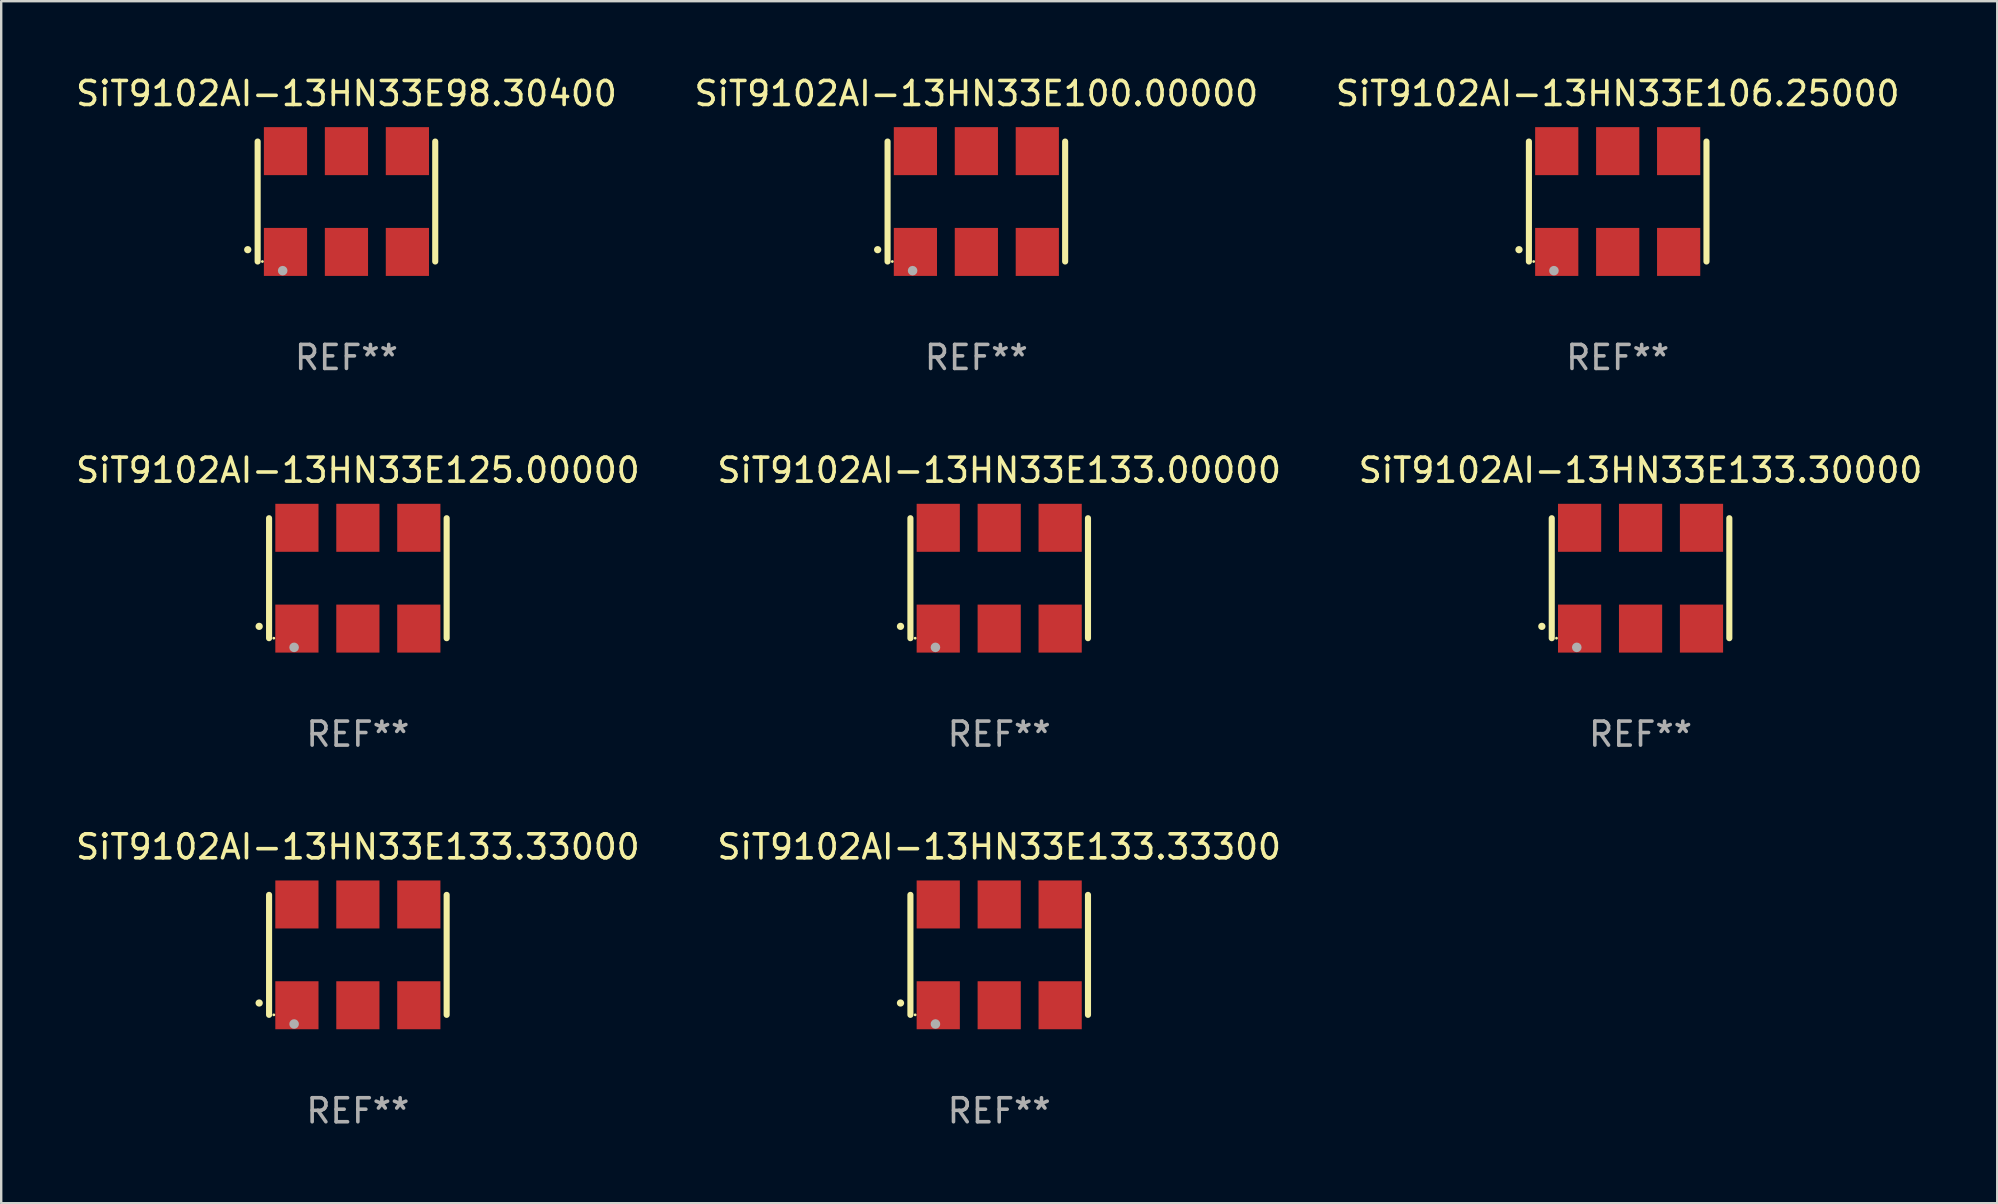
<source format=kicad_pcb>
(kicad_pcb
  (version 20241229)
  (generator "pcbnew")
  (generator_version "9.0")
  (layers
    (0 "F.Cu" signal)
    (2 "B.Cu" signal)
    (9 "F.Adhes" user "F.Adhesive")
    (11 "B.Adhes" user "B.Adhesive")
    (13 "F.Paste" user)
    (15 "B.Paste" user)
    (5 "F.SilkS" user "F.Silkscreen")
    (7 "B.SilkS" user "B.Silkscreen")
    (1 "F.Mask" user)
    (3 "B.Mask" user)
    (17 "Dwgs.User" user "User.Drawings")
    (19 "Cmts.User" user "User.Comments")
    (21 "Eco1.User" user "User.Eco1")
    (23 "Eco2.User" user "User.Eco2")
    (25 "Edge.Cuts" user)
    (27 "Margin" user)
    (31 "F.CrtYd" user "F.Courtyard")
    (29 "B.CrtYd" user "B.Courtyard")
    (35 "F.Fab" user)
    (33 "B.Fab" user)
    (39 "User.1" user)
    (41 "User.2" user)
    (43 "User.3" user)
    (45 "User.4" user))
  (footprint "SiT9102AI-13HN33E133.33300"
    (layer "F.Cu")
    (at 38.589 36.741)
    (property "Reference" "SiT9102AI-13HN33E133.33300" (at 0 -4.5 0) (layer "F.SilkS") (effects (font (size 1 1) (thickness 0.15))))
    (attr through_hole)
    (fp_line (start -3.7 -2.5) (end -3.7 2.5) (stroke (width 0.254) (type solid)) (layer "F.SilkS"))
    (fp_line (start 3.7 -2.5) (end 3.7 2.5) (stroke (width 0.254) (type solid)) (layer "F.SilkS"))
    (fp_arc (start -4.114415 2.006604) (mid -4.113145 2.006599) (end -4.111875 2.006604) (stroke (width 0.3) (type solid)) (layer "F.SilkS"))
    (fp_circle (center -3.502 2.5) (end -3.472 2.5) (stroke (width 0.06) (type solid)) (fill no) (layer "F.SilkS"))
    (fp_circle (center -2.657 2.882) (end -2.557 2.882) (stroke (width 0.2) (type solid)) (fill no) (layer "F.Fab"))
    (fp_text user "REF**" (at 0 6.5 0) (layer "F.Fab") (effects (font (size 1 1) (thickness 0.15))))
    (pad "1" smd rect (at -2.54 2.1) (size 1.8 2) (layers "F.Cu" "F.Mask" "F.Paste"))
    (pad "2" smd rect (at 0.000394 2.1) (size 1.8 2) (layers "F.Cu" "F.Mask" "F.Paste"))
    (pad "3" smd rect (at 2.54 2.1) (size 1.8 2) (layers "F.Cu" "F.Mask" "F.Paste"))
    (pad "4" smd rect (at 2.54 -2.1) (size 1.8 2) (layers "F.Cu" "F.Mask" "F.Paste"))
    (pad "5" smd rect (at 0.000394 -2.1) (size 1.8 2) (layers "F.Cu" "F.Mask" "F.Paste"))
    (pad "6" smd rect (at -2.54 -2.1) (size 1.8 2) (layers "F.Cu" "F.Mask" "F.Paste")))
  (footprint "SiT9102AI-13HN33E133.00000"
    (layer "F.Cu")
    (at 38.589 21.045)
    (property "Reference" "SiT9102AI-13HN33E133.00000" (at 0 -4.5 0) (layer "F.SilkS") (effects (font (size 1 1) (thickness 0.15))))
    (attr through_hole)
    (fp_line (start -3.7 -2.5) (end -3.7 2.5) (stroke (width 0.254) (type solid)) (layer "F.SilkS"))
    (fp_line (start 3.7 -2.5) (end 3.7 2.5) (stroke (width 0.254) (type solid)) (layer "F.SilkS"))
    (fp_arc (start -4.114415 2.006604) (mid -4.113145 2.006599) (end -4.111875 2.006604) (stroke (width 0.3) (type solid)) (layer "F.SilkS"))
    (fp_circle (center -3.502 2.5) (end -3.472 2.5) (stroke (width 0.06) (type solid)) (fill no) (layer "F.SilkS"))
    (fp_circle (center -2.657 2.882) (end -2.557 2.882) (stroke (width 0.2) (type solid)) (fill no) (layer "F.Fab"))
    (fp_text user "REF**" (at 0 6.5 0) (layer "F.Fab") (effects (font (size 1 1) (thickness 0.15))))
    (pad "1" smd rect (at -2.54 2.1) (size 1.8 2) (layers "F.Cu" "F.Mask" "F.Paste"))
    (pad "2" smd rect (at 0.000394 2.1) (size 1.8 2) (layers "F.Cu" "F.Mask" "F.Paste"))
    (pad "3" smd rect (at 2.54 2.1) (size 1.8 2) (layers "F.Cu" "F.Mask" "F.Paste"))
    (pad "4" smd rect (at 2.54 -2.1) (size 1.8 2) (layers "F.Cu" "F.Mask" "F.Paste"))
    (pad "5" smd rect (at 0.000394 -2.1) (size 1.8 2) (layers "F.Cu" "F.Mask" "F.Paste"))
    (pad "6" smd rect (at -2.54 -2.1) (size 1.8 2) (layers "F.Cu" "F.Mask" "F.Paste")))
  (footprint "SiT9102AI-13HN33E106.25000"
    (layer "F.Cu")
    (at 64.363 5.348)
    (property "Reference" "SiT9102AI-13HN33E106.25000" (at 0 -4.5 0) (layer "F.SilkS") (effects (font (size 1 1) (thickness 0.15))))
    (attr through_hole)
    (fp_line (start -3.7 -2.5) (end -3.7 2.5) (stroke (width 0.254) (type solid)) (layer "F.SilkS"))
    (fp_line (start 3.7 -2.5) (end 3.7 2.5) (stroke (width 0.254) (type solid)) (layer "F.SilkS"))
    (fp_arc (start -4.114415 2.006604) (mid -4.113145 2.006599) (end -4.111875 2.006604) (stroke (width 0.3) (type solid)) (layer "F.SilkS"))
    (fp_circle (center -3.502 2.5) (end -3.472 2.5) (stroke (width 0.06) (type solid)) (fill no) (layer "F.SilkS"))
    (fp_circle (center -2.657 2.882) (end -2.557 2.882) (stroke (width 0.2) (type solid)) (fill no) (layer "F.Fab"))
    (fp_text user "REF**" (at 0 6.5 0) (layer "F.Fab") (effects (font (size 1 1) (thickness 0.15))))
    (pad "1" smd rect (at -2.54 2.1) (size 1.8 2) (layers "F.Cu" "F.Mask" "F.Paste"))
    (pad "2" smd rect (at 0.000394 2.1) (size 1.8 2) (layers "F.Cu" "F.Mask" "F.Paste"))
    (pad "3" smd rect (at 2.54 2.1) (size 1.8 2) (layers "F.Cu" "F.Mask" "F.Paste"))
    (pad "4" smd rect (at 2.54 -2.1) (size 1.8 2) (layers "F.Cu" "F.Mask" "F.Paste"))
    (pad "5" smd rect (at 0.000394 -2.1) (size 1.8 2) (layers "F.Cu" "F.Mask" "F.Paste"))
    (pad "6" smd rect (at -2.54 -2.1) (size 1.8 2) (layers "F.Cu" "F.Mask" "F.Paste")))
  (footprint "SiT9102AI-13HN33E98.30400"
    (layer "F.Cu")
    (at 11.387 5.348)
    (property "Reference" "SiT9102AI-13HN33E98.30400" (at 0 -4.5 0) (layer "F.SilkS") (effects (font (size 1 1) (thickness 0.15))))
    (attr through_hole)
    (fp_line (start -3.7 -2.5) (end -3.7 2.5) (stroke (width 0.254) (type solid)) (layer "F.SilkS"))
    (fp_line (start 3.7 -2.5) (end 3.7 2.5) (stroke (width 0.254) (type solid)) (layer "F.SilkS"))
    (fp_arc (start -4.114415 2.006604) (mid -4.113145 2.006599) (end -4.111875 2.006604) (stroke (width 0.3) (type solid)) (layer "F.SilkS"))
    (fp_circle (center -3.502 2.5) (end -3.472 2.5) (stroke (width 0.06) (type solid)) (fill no) (layer "F.SilkS"))
    (fp_circle (center -2.657 2.882) (end -2.557 2.882) (stroke (width 0.2) (type solid)) (fill no) (layer "F.Fab"))
    (fp_text user "REF**" (at 0 6.5 0) (layer "F.Fab") (effects (font (size 1 1) (thickness 0.15))))
    (pad "1" smd rect (at -2.54 2.1) (size 1.8 2) (layers "F.Cu" "F.Mask" "F.Paste"))
    (pad "2" smd rect (at 0.000394 2.1) (size 1.8 2) (layers "F.Cu" "F.Mask" "F.Paste"))
    (pad "3" smd rect (at 2.54 2.1) (size 1.8 2) (layers "F.Cu" "F.Mask" "F.Paste"))
    (pad "4" smd rect (at 2.54 -2.1) (size 1.8 2) (layers "F.Cu" "F.Mask" "F.Paste"))
    (pad "5" smd rect (at 0.000394 -2.1) (size 1.8 2) (layers "F.Cu" "F.Mask" "F.Paste"))
    (pad "6" smd rect (at -2.54 -2.1) (size 1.8 2) (layers "F.Cu" "F.Mask" "F.Paste")))
  (footprint "SiT9102AI-13HN33E125.00000"
    (layer "F.Cu")
    (at 11.863 21.045)
    (property "Reference" "SiT9102AI-13HN33E125.00000" (at 0 -4.5 0) (layer "F.SilkS") (effects (font (size 1 1) (thickness 0.15))))
    (attr through_hole)
    (fp_line (start -3.7 -2.5) (end -3.7 2.5) (stroke (width 0.254) (type solid)) (layer "F.SilkS"))
    (fp_line (start 3.7 -2.5) (end 3.7 2.5) (stroke (width 0.254) (type solid)) (layer "F.SilkS"))
    (fp_arc (start -4.114415 2.006604) (mid -4.113145 2.006599) (end -4.111875 2.006604) (stroke (width 0.3) (type solid)) (layer "F.SilkS"))
    (fp_circle (center -3.502 2.5) (end -3.472 2.5) (stroke (width 0.06) (type solid)) (fill no) (layer "F.SilkS"))
    (fp_circle (center -2.657 2.882) (end -2.557 2.882) (stroke (width 0.2) (type solid)) (fill no) (layer "F.Fab"))
    (fp_text user "REF**" (at 0 6.5 0) (layer "F.Fab") (effects (font (size 1 1) (thickness 0.15))))
    (pad "1" smd rect (at -2.54 2.1) (size 1.8 2) (layers "F.Cu" "F.Mask" "F.Paste"))
    (pad "2" smd rect (at 0.000394 2.1) (size 1.8 2) (layers "F.Cu" "F.Mask" "F.Paste"))
    (pad "3" smd rect (at 2.54 2.1) (size 1.8 2) (layers "F.Cu" "F.Mask" "F.Paste"))
    (pad "4" smd rect (at 2.54 -2.1) (size 1.8 2) (layers "F.Cu" "F.Mask" "F.Paste"))
    (pad "5" smd rect (at 0.000394 -2.1) (size 1.8 2) (layers "F.Cu" "F.Mask" "F.Paste"))
    (pad "6" smd rect (at -2.54 -2.1) (size 1.8 2) (layers "F.Cu" "F.Mask" "F.Paste")))
  (footprint "SiT9102AI-13HN33E133.30000"
    (layer "F.Cu")
    (at 65.315 21.045)
    (property "Reference" "SiT9102AI-13HN33E133.30000" (at 0 -4.5 0) (layer "F.SilkS") (effects (font (size 1 1) (thickness 0.15))))
    (attr through_hole)
    (fp_line (start -3.7 -2.5) (end -3.7 2.5) (stroke (width 0.254) (type solid)) (layer "F.SilkS"))
    (fp_line (start 3.7 -2.5) (end 3.7 2.5) (stroke (width 0.254) (type solid)) (layer "F.SilkS"))
    (fp_arc (start -4.114415 2.006604) (mid -4.113145 2.006599) (end -4.111875 2.006604) (stroke (width 0.3) (type solid)) (layer "F.SilkS"))
    (fp_circle (center -3.502 2.5) (end -3.472 2.5) (stroke (width 0.06) (type solid)) (fill no) (layer "F.SilkS"))
    (fp_circle (center -2.657 2.882) (end -2.557 2.882) (stroke (width 0.2) (type solid)) (fill no) (layer "F.Fab"))
    (fp_text user "REF**" (at 0 6.5 0) (layer "F.Fab") (effects (font (size 1 1) (thickness 0.15))))
    (pad "1" smd rect (at -2.54 2.1) (size 1.8 2) (layers "F.Cu" "F.Mask" "F.Paste"))
    (pad "2" smd rect (at 0.000394 2.1) (size 1.8 2) (layers "F.Cu" "F.Mask" "F.Paste"))
    (pad "3" smd rect (at 2.54 2.1) (size 1.8 2) (layers "F.Cu" "F.Mask" "F.Paste"))
    (pad "4" smd rect (at 2.54 -2.1) (size 1.8 2) (layers "F.Cu" "F.Mask" "F.Paste"))
    (pad "5" smd rect (at 0.000394 -2.1) (size 1.8 2) (layers "F.Cu" "F.Mask" "F.Paste"))
    (pad "6" smd rect (at -2.54 -2.1) (size 1.8 2) (layers "F.Cu" "F.Mask" "F.Paste")))
  (footprint "SiT9102AI-13HN33E133.33000"
    (layer "F.Cu")
    (at 11.863 36.741)
    (property "Reference" "SiT9102AI-13HN33E133.33000" (at 0 -4.5 0) (layer "F.SilkS") (effects (font (size 1 1) (thickness 0.15))))
    (attr through_hole)
    (fp_line (start -3.7 -2.5) (end -3.7 2.5) (stroke (width 0.254) (type solid)) (layer "F.SilkS"))
    (fp_line (start 3.7 -2.5) (end 3.7 2.5) (stroke (width 0.254) (type solid)) (layer "F.SilkS"))
    (fp_arc (start -4.114415 2.006604) (mid -4.113145 2.006599) (end -4.111875 2.006604) (stroke (width 0.3) (type solid)) (layer "F.SilkS"))
    (fp_circle (center -3.502 2.5) (end -3.472 2.5) (stroke (width 0.06) (type solid)) (fill no) (layer "F.SilkS"))
    (fp_circle (center -2.657 2.882) (end -2.557 2.882) (stroke (width 0.2) (type solid)) (fill no) (layer "F.Fab"))
    (fp_text user "REF**" (at 0 6.5 0) (layer "F.Fab") (effects (font (size 1 1) (thickness 0.15))))
    (pad "1" smd rect (at -2.54 2.1) (size 1.8 2) (layers "F.Cu" "F.Mask" "F.Paste"))
    (pad "2" smd rect (at 0.000394 2.1) (size 1.8 2) (layers "F.Cu" "F.Mask" "F.Paste"))
    (pad "3" smd rect (at 2.54 2.1) (size 1.8 2) (layers "F.Cu" "F.Mask" "F.Paste"))
    (pad "4" smd rect (at 2.54 -2.1) (size 1.8 2) (layers "F.Cu" "F.Mask" "F.Paste"))
    (pad "5" smd rect (at 0.000394 -2.1) (size 1.8 2) (layers "F.Cu" "F.Mask" "F.Paste"))
    (pad "6" smd rect (at -2.54 -2.1) (size 1.8 2) (layers "F.Cu" "F.Mask" "F.Paste")))
  (footprint "SiT9102AI-13HN33E100.00000"
    (layer "F.Cu")
    (at 37.637 5.348)
    (property "Reference" "SiT9102AI-13HN33E100.00000" (at 0 -4.5 0) (layer "F.SilkS") (effects (font (size 1 1) (thickness 0.15))))
    (attr through_hole)
    (fp_line (start -3.7 -2.5) (end -3.7 2.5) (stroke (width 0.254) (type solid)) (layer "F.SilkS"))
    (fp_line (start 3.7 -2.5) (end 3.7 2.5) (stroke (width 0.254) (type solid)) (layer "F.SilkS"))
    (fp_arc (start -4.114415 2.006604) (mid -4.113145 2.006599) (end -4.111875 2.006604) (stroke (width 0.3) (type solid)) (layer "F.SilkS"))
    (fp_circle (center -3.502 2.5) (end -3.472 2.5) (stroke (width 0.06) (type solid)) (fill no) (layer "F.SilkS"))
    (fp_circle (center -2.657 2.882) (end -2.557 2.882) (stroke (width 0.2) (type solid)) (fill no) (layer "F.Fab"))
    (fp_text user "REF**" (at 0 6.5 0) (layer "F.Fab") (effects (font (size 1 1) (thickness 0.15))))
    (pad "1" smd rect (at -2.54 2.1) (size 1.8 2) (layers "F.Cu" "F.Mask" "F.Paste"))
    (pad "2" smd rect (at 0.000394 2.1) (size 1.8 2) (layers "F.Cu" "F.Mask" "F.Paste"))
    (pad "3" smd rect (at 2.54 2.1) (size 1.8 2) (layers "F.Cu" "F.Mask" "F.Paste"))
    (pad "4" smd rect (at 2.54 -2.1) (size 1.8 2) (layers "F.Cu" "F.Mask" "F.Paste"))
    (pad "5" smd rect (at 0.000394 -2.1) (size 1.8 2) (layers "F.Cu" "F.Mask" "F.Paste"))
    (pad "6" smd rect (at -2.54 -2.1) (size 1.8 2) (layers "F.Cu" "F.Mask" "F.Paste")))
  (gr_rect
    (start -3 -3)
    (end 80.179 47.09)
    (stroke (width 0.1) (type default))
    (fill no)
    (layer "Edge.Cuts")))
</source>
